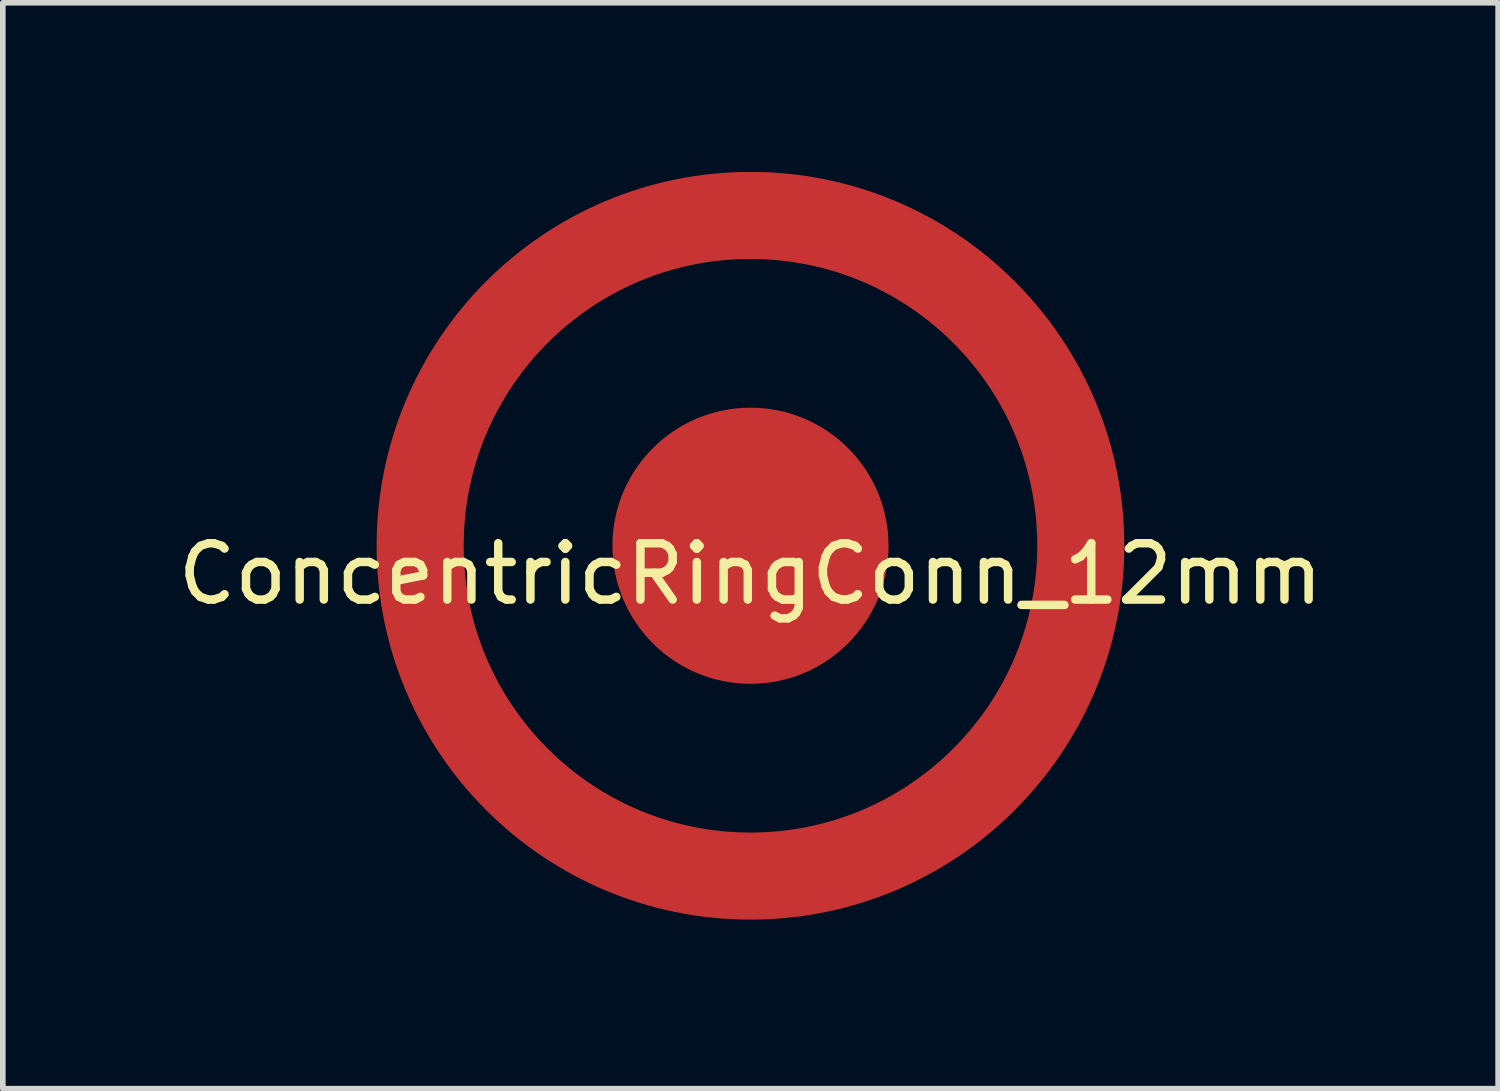
<source format=kicad_pcb>
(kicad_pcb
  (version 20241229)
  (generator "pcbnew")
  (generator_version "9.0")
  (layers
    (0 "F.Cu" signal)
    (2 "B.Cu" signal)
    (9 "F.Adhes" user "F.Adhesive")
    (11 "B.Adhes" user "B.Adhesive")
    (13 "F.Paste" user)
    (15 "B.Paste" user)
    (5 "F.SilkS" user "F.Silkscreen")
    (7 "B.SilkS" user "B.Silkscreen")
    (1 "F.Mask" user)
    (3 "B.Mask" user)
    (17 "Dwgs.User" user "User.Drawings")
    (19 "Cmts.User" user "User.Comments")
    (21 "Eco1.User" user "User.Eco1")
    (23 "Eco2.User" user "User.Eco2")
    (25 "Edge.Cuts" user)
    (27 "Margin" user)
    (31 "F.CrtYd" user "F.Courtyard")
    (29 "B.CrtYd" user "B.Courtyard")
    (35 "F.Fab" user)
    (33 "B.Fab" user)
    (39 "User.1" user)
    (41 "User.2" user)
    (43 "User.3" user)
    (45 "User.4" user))
  (footprint "ConcentricRingConn_12mm"
    (layer "F.Cu")
    (at 10.268 6.635)
    (property "Reference" "ConcentricRingConn_12mm" (at 0 0.5 0) (layer "F.SilkS") (effects (font (size 1 1) (thickness 0.15))))
    (attr through_hole)
    (fp_circle (center 0 0) (end 5.862 0) (stroke (width 1.545) (type solid)) (fill no) (layer "F.Cu"))
    (pad "1" smd circle (at 0 0) (size 4.9 4.9) (layers "F.Cu" "F.Mask" "F.Paste"))
    (pad "2" smd circle (at 5.862 0) (size 1 1) (layers "F.Cu" "F.Mask" "F.Paste")))
  (gr_rect
    (start -3 -3)
    (end 23.536 16.27)
    (stroke (width 0.1) (type default))
    (fill no)
    (layer "Edge.Cuts")))
</source>
